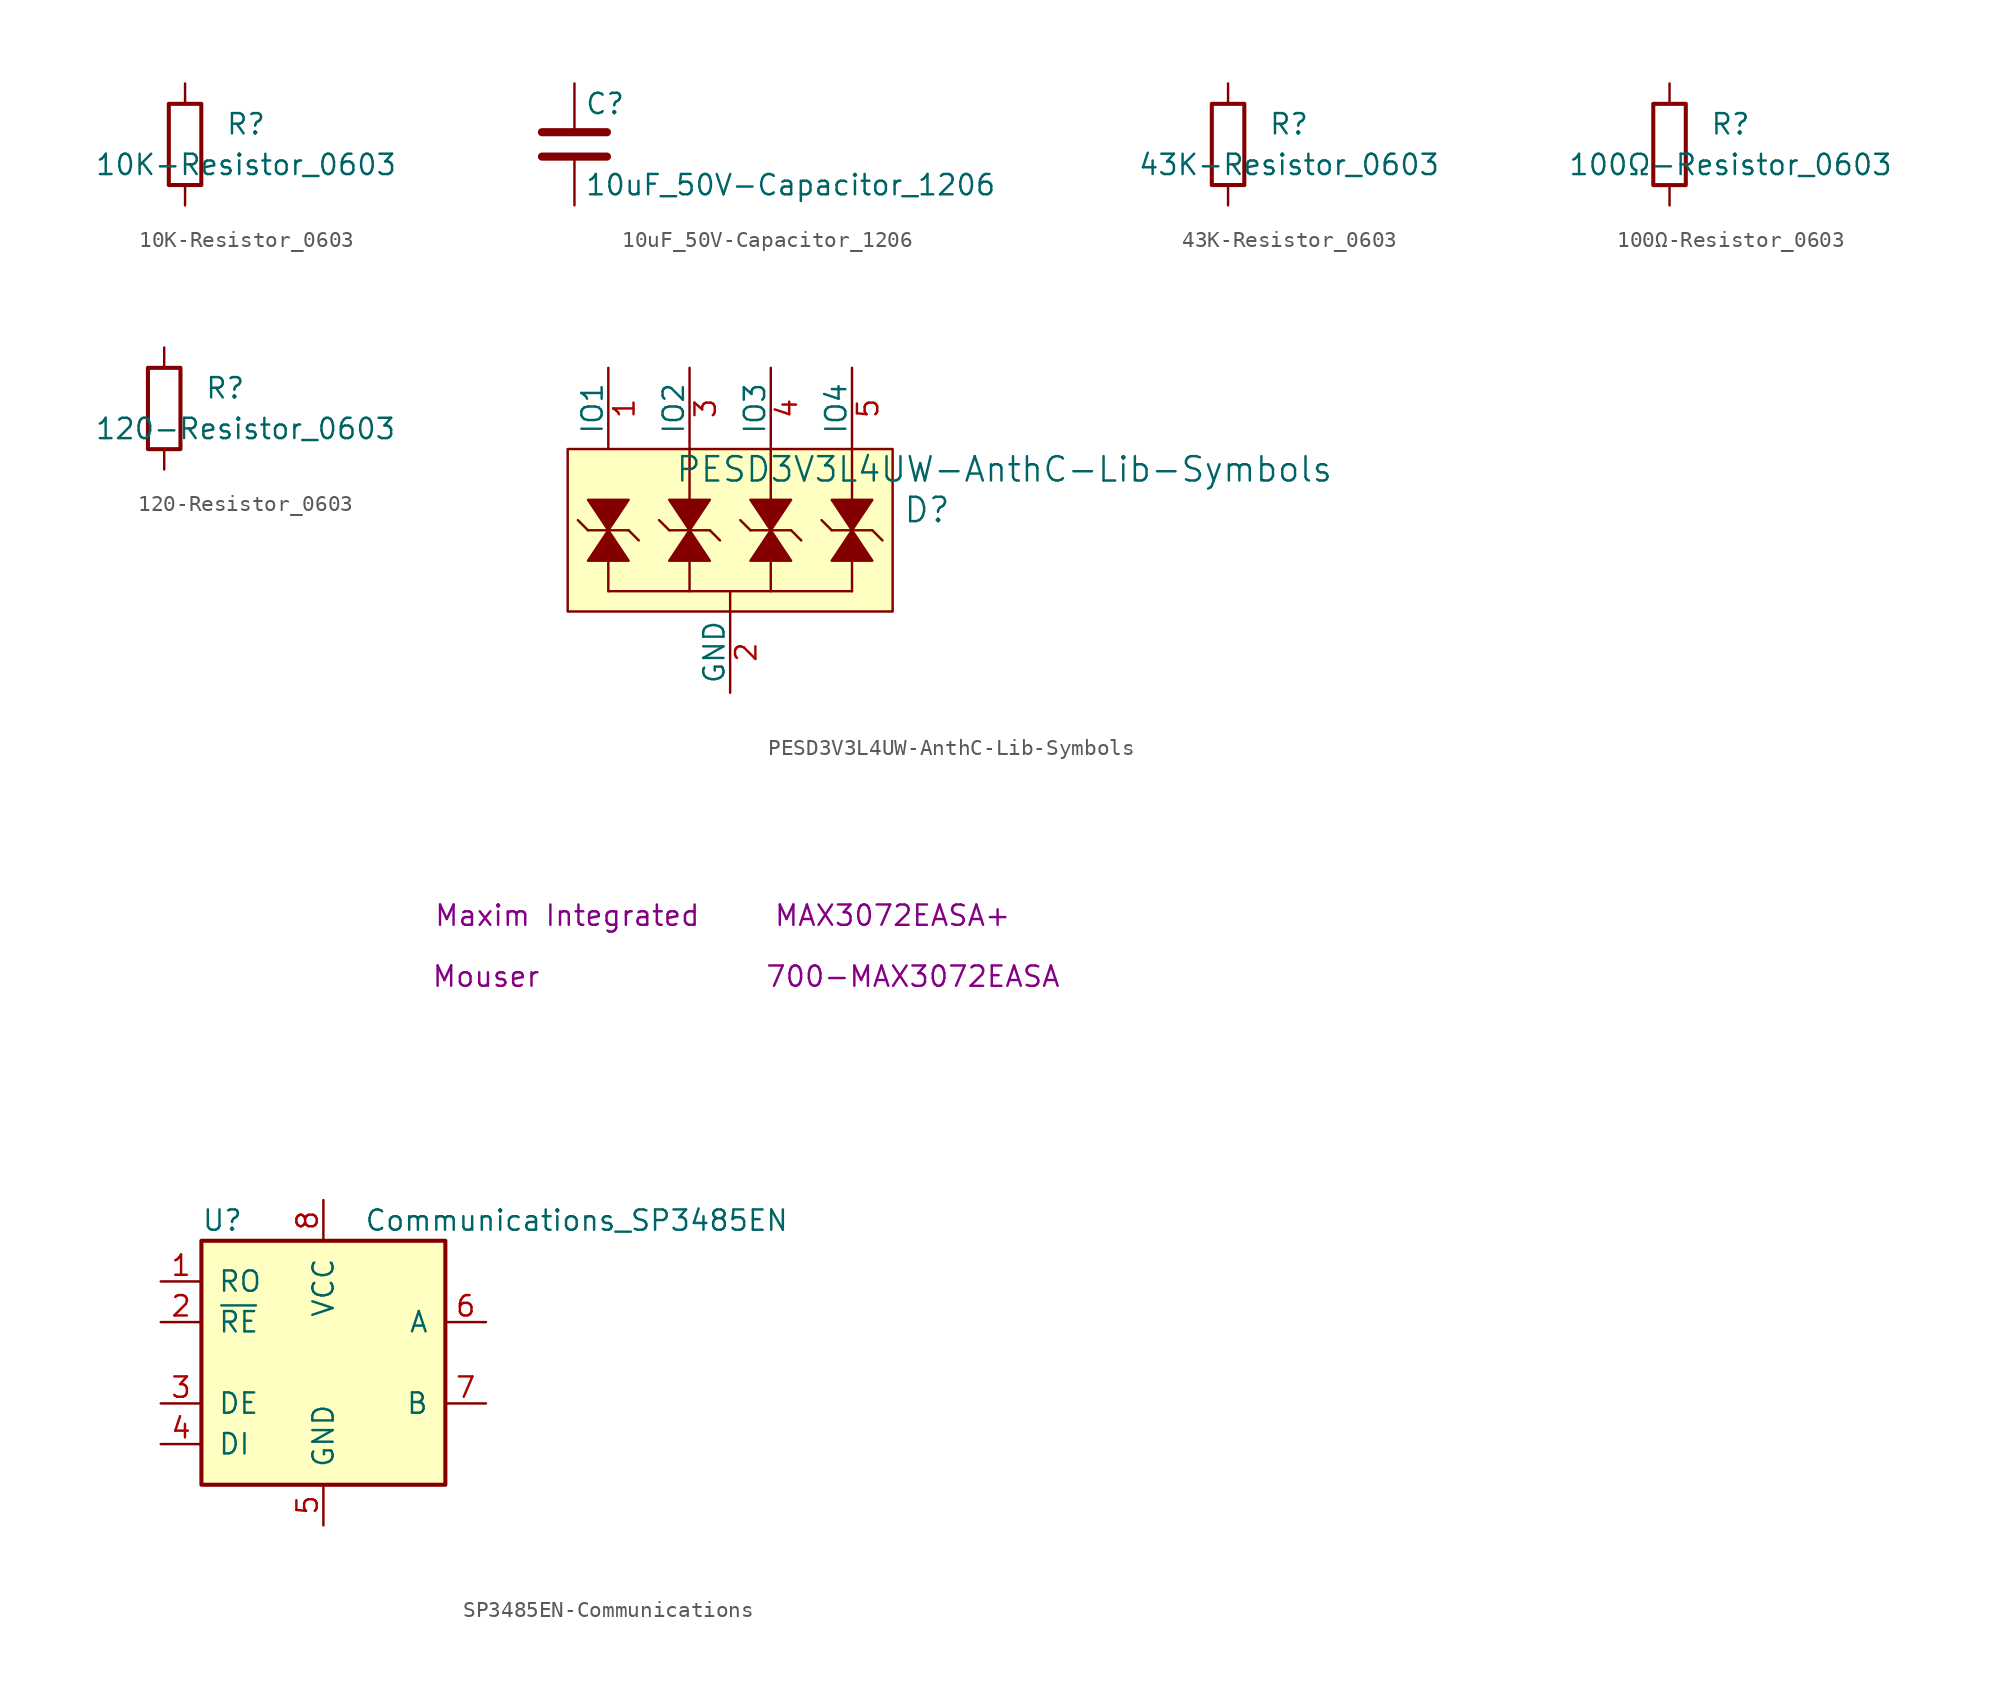
<source format=kicad_sym>
(kicad_symbol_lib
  (version 20220914)
  (generator kicad_symbol_editor)
  (symbol "10K-Resistor_0603"
    (pin_numbers hide)
    (pin_names
      (offset 0))
    (property "Reference" "R"
      (at 3.81 1.27 0)
      (effects (font (size 1.27 1.27))))
    (property "Value" "10K-Resistor_0603"
      (at 3.81 -1.27 0)
      (effects (font (size 1.27 1.27))))
    (symbol "10K-Resistor_0603_0_1"
      (rectangle (start -1.016 -2.54) (end 1.016 2.54) (stroke (width 0.254) (type solid)) (fill (type none))))
    (symbol "10K-Resistor_0603_1_1"
      (pin passive line (at 0 3.81 270) (length 1.27) (name "~" (effects (font (size 1.27 1.27)))) (number "1" (effects (font (size 1.27 1.27)))))
      (pin passive line (at 0 -3.81 90) (length 1.27) (name "~" (effects (font (size 1.27 1.27)))) (number "2" (effects (font (size 1.27 1.27)))))))
  (symbol "10uF_50V-Capacitor_1206"
    (pin_numbers hide)
    (pin_names
      (offset 0.254))
    (property "Reference" "C"
      (at 0.635 2.54 0)
      (effects (font (size 1.27 1.27)) (justify left)))
    (property "Value" "10uF_50V-Capacitor_1206"
      (at 0.635 -2.54 0)
      (effects (font (size 1.27 1.27)) (justify left)))
    (symbol "10uF_50V-Capacitor_1206_0_1"
      (polyline (pts (xy -2.032 -0.762) (xy 2.032 -0.762)) (stroke (width 0.508) (type solid)) (fill (type none)))
      (polyline (pts (xy -2.032 0.762) (xy 2.032 0.762)) (stroke (width 0.508) (type solid)) (fill (type none))))
    (symbol "10uF_50V-Capacitor_1206_1_1"
      (pin passive line (at 0 3.81 270) (length 2.794) (name "~" (effects (font (size 1.27 1.27)))) (number "1" (effects (font (size 1.27 1.27)))))
      (pin passive line (at 0 -3.81 90) (length 2.794) (name "~" (effects (font (size 1.27 1.27)))) (number "2" (effects (font (size 1.27 1.27)))))))
  (symbol "43K-Resistor_0603"
    (pin_numbers hide)
    (pin_names
      (offset 0))
    (property "Reference" "R"
      (at 3.81 1.27 0)
      (effects (font (size 1.27 1.27))))
    (property "Value" "43K-Resistor_0603"
      (at 3.81 -1.27 0)
      (effects (font (size 1.27 1.27))))
    (symbol "43K-Resistor_0603_0_1"
      (rectangle (start -1.016 -2.54) (end 1.016 2.54) (stroke (width 0.254) (type solid)) (fill (type none))))
    (symbol "43K-Resistor_0603_1_1"
      (pin passive line (at 0 3.81 270) (length 1.27) (name "~" (effects (font (size 1.27 1.27)))) (number "1" (effects (font (size 1.27 1.27)))))
      (pin passive line (at 0 -3.81 90) (length 1.27) (name "~" (effects (font (size 1.27 1.27)))) (number "2" (effects (font (size 1.27 1.27)))))))
  (symbol "100Ω-Resistor_0603"
    (pin_numbers hide)
    (pin_names
      (offset 0))
    (property "Reference" "R"
      (at 3.81 1.27 0)
      (effects (font (size 1.27 1.27))))
    (property "Value" "100Ω-Resistor_0603"
      (at 3.81 -1.27 0)
      (effects (font (size 1.27 1.27))))
    (symbol "100Ω-Resistor_0603_0_1"
      (rectangle (start -1.016 -2.54) (end 1.016 2.54) (stroke (width 0.254) (type solid)) (fill (type none))))
    (symbol "100Ω-Resistor_0603_1_1"
      (pin passive line (at 0 3.81 270) (length 1.27) (name "~" (effects (font (size 1.27 1.27)))) (number "1" (effects (font (size 1.27 1.27)))))
      (pin passive line (at 0 -3.81 90) (length 1.27) (name "~" (effects (font (size 1.27 1.27)))) (number "2" (effects (font (size 1.27 1.27)))))))
  (symbol "120-Resistor_0603"
    (pin_numbers hide)
    (pin_names
      (offset 0))
    (property "Reference" "R"
      (at 3.81 1.27 0)
      (effects (font (size 1.27 1.27))))
    (property "Value" "120-Resistor_0603"
      (at 5.08 -1.27 0)
      (effects (font (size 1.27 1.27))))
    (symbol "120-Resistor_0603_0_1"
      (rectangle (start -1.016 -2.54) (end 1.016 2.54) (stroke (width 0.254) (type solid)) (fill (type none))))
    (symbol "120-Resistor_0603_1_1"
      (pin passive line (at 0 3.81 270) (length 1.27) (name "~" (effects (font (size 1.27 1.27)))) (number "1" (effects (font (size 1.27 1.27)))))
      (pin passive line (at 0 -3.81 90) (length 1.27) (name "~" (effects (font (size 1.27 1.27)))) (number "2" (effects (font (size 1.27 1.27)))))))
  (symbol "PESD3V3L4UW-AnthC-Lib-Symbols"
    (pin_names
      (offset 0))
    (property "Reference" "D"
      (at 10.795 1.27 0)
      (effects (font (size 1.524 1.524)) (justify left)))
    (property "Value" "PESD3V3L4UW-AnthC-Lib-Symbols"
      (at 17.145 3.81 0)
      (effects (font (size 1.524 1.524))))
    (symbol "PESD3V3L4UW-AnthC-Lib-Symbols_0_1"
      (rectangle (start -10.16 5.08) (end 10.16 -5.08) (stroke (width 0) (type solid)) (fill (type background)))
      (polyline (pts (xy -9.525 0.635) (xy -8.89 0)) (stroke (width 0) (type solid)) (fill (type none)))
      (polyline (pts (xy -7.62 -3.81) (xy 7.62 -3.81)) (stroke (width 0) (type solid)) (fill (type none)))
      (polyline (pts (xy -7.62 -1.905) (xy -7.62 -3.81)) (stroke (width 0) (type solid)) (fill (type none)))
      (polyline (pts (xy -5.715 -0.635) (xy -6.35 0)) (stroke (width 0) (type solid)) (fill (type none)))
      (polyline (pts (xy -2.54 -1.905) (xy -2.54 -3.81)) (stroke (width 0) (type solid)) (fill (type none)))
      (polyline (pts (xy -2.54 5.08) (xy -2.54 1.905)) (stroke (width 0) (type solid)) (fill (type none)))
      (polyline (pts (xy 0 -3.81) (xy 0 -5.08)) (stroke (width 0) (type solid)) (fill (type none)))
      (polyline (pts (xy 2.54 -1.905) (xy 2.54 -3.81)) (stroke (width 0) (type solid)) (fill (type none)))
      (polyline (pts (xy 2.54 5.08) (xy 2.54 1.905)) (stroke (width 0) (type solid)) (fill (type none)))
      (polyline (pts (xy 7.62 -1.905) (xy 7.62 -3.81)) (stroke (width 0) (type solid)) (fill (type none)))
      (polyline (pts (xy 7.62 5.08) (xy 7.62 1.905)) (stroke (width 0) (type solid)) (fill (type none))))
    (symbol "PESD3V3L4UW-AnthC-Lib-Symbols_1_1"
      (polyline (pts (xy -8.89 0) (xy -6.35 0)) (stroke (width 0) (type solid)) (fill (type none)))
      (polyline (pts (xy -4.445 0.635) (xy -3.81 0)) (stroke (width 0) (type solid)) (fill (type none)))
      (polyline (pts (xy -3.81 0) (xy -1.27 0)) (stroke (width 0) (type solid)) (fill (type none)))
      (polyline (pts (xy -0.635 -0.635) (xy -1.27 0)) (stroke (width 0) (type solid)) (fill (type none)))
      (polyline (pts (xy 0.635 0.635) (xy 1.27 0)) (stroke (width 0) (type solid)) (fill (type none)))
      (polyline (pts (xy 1.27 0) (xy 3.81 0)) (stroke (width 0) (type solid)) (fill (type none)))
      (polyline (pts (xy 4.445 -0.635) (xy 3.81 0)) (stroke (width 0) (type solid)) (fill (type none)))
      (polyline (pts (xy 5.715 0.635) (xy 6.35 0)) (stroke (width 0) (type solid)) (fill (type none)))
      (polyline (pts (xy 6.35 0) (xy 8.89 0)) (stroke (width 0) (type solid)) (fill (type none)))
      (polyline (pts (xy 9.525 -0.635) (xy 8.89 0)) (stroke (width 0) (type solid)) (fill (type none)))
      (polyline (pts (xy -8.89 -1.905) (xy -6.35 -1.905) (xy -7.62 0) (xy -8.89 -1.905)) (stroke (width 0) (type solid)) (fill (type outline)))
      (polyline (pts (xy -6.35 1.905) (xy -8.89 1.905) (xy -7.62 0) (xy -6.35 1.905)) (stroke (width 0) (type solid)) (fill (type outline)))
      (polyline (pts (xy -3.81 -1.905) (xy -1.27 -1.905) (xy -2.54 0) (xy -3.81 -1.905)) (stroke (width 0) (type solid)) (fill (type outline)))
      (polyline (pts (xy -1.27 1.905) (xy -3.81 1.905) (xy -2.54 0) (xy -1.27 1.905)) (stroke (width 0) (type solid)) (fill (type outline)))
      (polyline (pts (xy 1.27 -1.905) (xy 3.81 -1.905) (xy 2.54 0) (xy 1.27 -1.905)) (stroke (width 0) (type solid)) (fill (type outline)))
      (polyline (pts (xy 3.81 1.905) (xy 1.27 1.905) (xy 2.54 0) (xy 3.81 1.905)) (stroke (width 0) (type solid)) (fill (type outline)))
      (polyline (pts (xy 6.35 -1.905) (xy 8.89 -1.905) (xy 7.62 0) (xy 6.35 -1.905)) (stroke (width 0) (type solid)) (fill (type outline)))
      (polyline (pts (xy 8.89 1.905) (xy 6.35 1.905) (xy 7.62 0) (xy 8.89 1.905)) (stroke (width 0) (type solid)) (fill (type outline)))
      (pin bidirectional line (at -7.62 10.16 270) (length 5.08) (name "IO1" (effects (font (size 1.27 1.27)))) (number "1" (effects (font (size 1.27 1.27)))))
      (pin power_in line (at 0 -10.16 90) (length 5.08) (name "GND" (effects (font (size 1.27 1.27)))) (number "2" (effects (font (size 1.27 1.27)))))
      (pin bidirectional line (at -2.54 10.16 270) (length 5.08) (name "IO2" (effects (font (size 1.27 1.27)))) (number "3" (effects (font (size 1.27 1.27)))))
      (pin bidirectional line (at 2.54 10.16 270) (length 5.08) (name "IO3" (effects (font (size 1.27 1.27)))) (number "4" (effects (font (size 1.27 1.27)))))
      (pin bidirectional line (at 7.62 10.16 270) (length 5.08) (name "IO4" (effects (font (size 1.27 1.27)))) (number "5" (effects (font (size 1.27 1.27)))))))
  (symbol "SP3485EN-Communications"
    (pin_names
      (offset 1.016))
    (property "Reference" "U"
      (at -7.62 8.89 0)
      (effects (font (size 1.27 1.27)) (justify left)))
    (property "Value" "Communications_SP3485EN"
      (at 2.54 8.89 0)
      (effects (font (size 1.27 1.27)) (justify left)))
    (property "Manufacturer" "Maxim Integrated"
      (at 15.24 27.94 0)
      (effects (font (size 1.27 1.27))))
    (property "Manufacturer Part Number" "MAX3072EASA+"
      (at 35.56 27.94 0)
      (effects (font (size 1.27 1.27))))
    (property "Supplier" "Mouser"
      (at 10.16 24.13 0)
      (effects (font (size 1.27 1.27))))
    (property "Supplier Part Number" "700-MAX3072EASA"
      (at 36.83 24.13 0)
      (effects (font (size 1.27 1.27))))
    (symbol "SP3485EN-Communications_0_1"
      (rectangle (start -7.62 7.62) (end 7.62 -7.62) (stroke (width 0.254) (type solid)) (fill (type background))))
    (symbol "SP3485EN-Communications_1_1"
      (pin passive line (at -10.16 5.08 0) (length 2.54) (name "RO" (effects (font (size 1.27 1.27)))) (number "1" (effects (font (size 1.27 1.27)))))
      (pin input line (at -10.16 2.54 0) (length 2.54) (name "~{RE}" (effects (font (size 1.27 1.27)))) (number "2" (effects (font (size 1.27 1.27)))))
      (pin input line (at -10.16 -2.54 0) (length 2.54) (name "DE" (effects (font (size 1.27 1.27)))) (number "3" (effects (font (size 1.27 1.27)))))
      (pin input line (at -10.16 -5.08 0) (length 2.54) (name "DI" (effects (font (size 1.27 1.27)))) (number "4" (effects (font (size 1.27 1.27)))))
      (pin power_in line (at 0 -10.16 90) (length 2.54) (name "GND" (effects (font (size 1.27 1.27)))) (number "5" (effects (font (size 1.27 1.27)))))
      (pin bidirectional line (at 10.16 2.54 180) (length 2.54) (name "A" (effects (font (size 1.27 1.27)))) (number "6" (effects (font (size 1.27 1.27)))))
      (pin bidirectional line (at 10.16 -2.54 180) (length 2.54) (name "B" (effects (font (size 1.27 1.27)))) (number "7" (effects (font (size 1.27 1.27)))))
      (pin power_in line (at 0 10.16 270) (length 2.54) (name "VCC" (effects (font (size 1.27 1.27)))) (number "8" (effects (font (size 1.27 1.27))))))))
</source>
